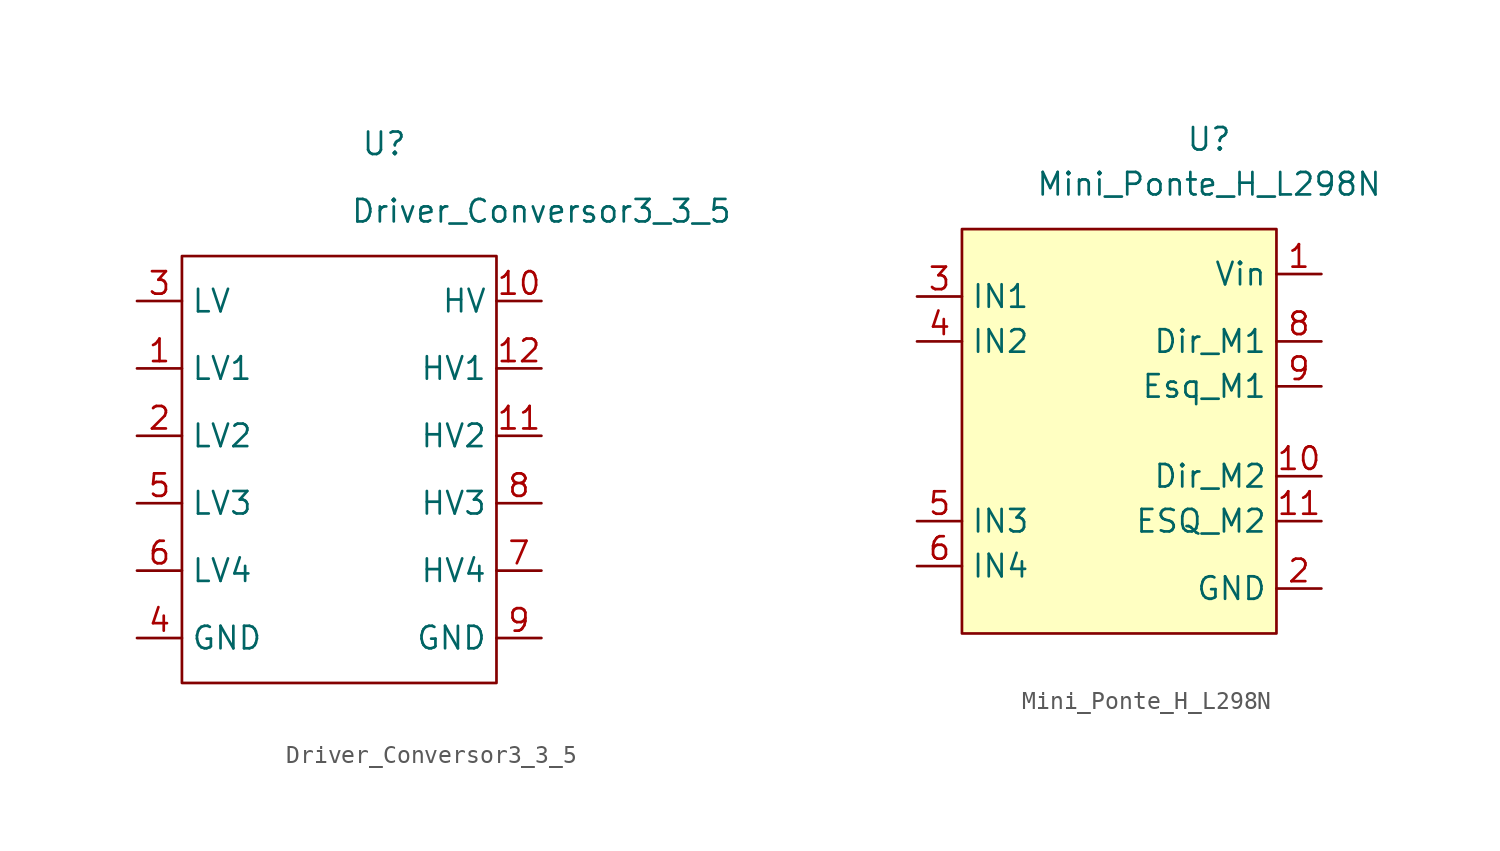
<source format=kicad_sym>
(kicad_symbol_lib
  (version 20211014)
  (generator kicad_symbol_editor)
  (symbol "Driver_Conversor3_3_5"
    (property "Reference" "U"
      (at 17.78 0 0)
      (effects (font (size 1.27 1.27))))
    (property "Value" "Driver_Conversor3_3_5"
      (at 26.67 -3.81 0)
      (effects (font (size 1.27 1.27))))
    (symbol "Driver_Conversor3_3_5_0_0"
      (rectangle (start 6.35 -6.35) (end 24.13 -30.48) (stroke (width 0) (type default) (color 0 0 0 0)) (fill (type none))))
    (symbol "Driver_Conversor3_3_5_1_1"
      (pin bidirectional line (at 3.81 -12.7 0) (length 2.54) (name "LV1" (effects (font (size 1.27 1.27)))) (number "1" (effects (font (size 1.27 1.27)))))
      (pin power_in line (at 26.67 -8.89 180) (length 2.54) (name "HV" (effects (font (size 1.27 1.27)))) (number "10" (effects (font (size 1.27 1.27)))))
      (pin input line (at 26.67 -16.51 180) (length 2.54) (name "HV2" (effects (font (size 1.27 1.27)))) (number "11" (effects (font (size 1.27 1.27)))))
      (pin bidirectional line (at 26.67 -12.7 180) (length 2.54) (name "HV1" (effects (font (size 1.27 1.27)))) (number "12" (effects (font (size 1.27 1.27)))))
      (pin output line (at 3.81 -16.51 0) (length 2.54) (name "LV2" (effects (font (size 1.27 1.27)))) (number "2" (effects (font (size 1.27 1.27)))))
      (pin power_in line (at 3.81 -8.89 0) (length 2.54) (name "LV" (effects (font (size 1.27 1.27)))) (number "3" (effects (font (size 1.27 1.27)))))
      (pin power_in line (at 3.81 -27.94 0) (length 2.54) (name "GND" (effects (font (size 1.27 1.27)))) (number "4" (effects (font (size 1.27 1.27)))))
      (pin output line (at 3.81 -20.32 0) (length 2.54) (name "LV3" (effects (font (size 1.27 1.27)))) (number "5" (effects (font (size 1.27 1.27)))))
      (pin bidirectional line (at 3.81 -24.13 0) (length 2.54) (name "LV4" (effects (font (size 1.27 1.27)))) (number "6" (effects (font (size 1.27 1.27)))))
      (pin bidirectional line (at 26.67 -24.13 180) (length 2.54) (name "HV4" (effects (font (size 1.27 1.27)))) (number "7" (effects (font (size 1.27 1.27)))))
      (pin input line (at 26.67 -20.32 180) (length 2.54) (name "HV3" (effects (font (size 1.27 1.27)))) (number "8" (effects (font (size 1.27 1.27)))))
      (pin power_in line (at 26.67 -27.94 180) (length 2.54) (name "GND" (effects (font (size 1.27 1.27)))) (number "9" (effects (font (size 1.27 1.27)))))))
  (symbol "Mini_Ponte_H_L298N"
    (property "Reference" "U"
      (at 0 0 0)
      (effects (font (size 1.27 1.27))))
    (property "Value" "Mini_Ponte_H_L298N"
      (at 0 -2.54 0)
      (effects (font (size 1.27 1.27))))
    (symbol "Mini_Ponte_H_L298N_0_1"
      (rectangle (start -13.97 -5.08) (end 3.81 -27.94) (stroke (width 0) (type default) (color 0 0 0 0)) (fill (type background))))
    (symbol "Mini_Ponte_H_L298N_1_1"
      (pin power_in line (at 6.35 -7.62 180) (length 2.54) (name "Vin" (effects (font (size 1.27 1.27)))) (number "1" (effects (font (size 1.27 1.27)))))
      (pin output line (at 6.35 -19.05 180) (length 2.54) (name "Dir_M2" (effects (font (size 1.27 1.27)))) (number "10" (effects (font (size 1.27 1.27)))))
      (pin output line (at 6.35 -21.59 180) (length 2.54) (name "ESQ_M2" (effects (font (size 1.27 1.27)))) (number "11" (effects (font (size 1.27 1.27)))))
      (pin power_in line (at 6.35 -25.4 180) (length 2.54) (name "GND" (effects (font (size 1.27 1.27)))) (number "2" (effects (font (size 1.27 1.27)))))
      (pin input line (at -16.51 -8.89 0) (length 2.54) (name "IN1" (effects (font (size 1.27 1.27)))) (number "3" (effects (font (size 1.27 1.27)))))
      (pin input line (at -16.51 -11.43 0) (length 2.54) (name "IN2" (effects (font (size 1.27 1.27)))) (number "4" (effects (font (size 1.27 1.27)))))
      (pin input line (at -16.51 -21.59 0) (length 2.54) (name "IN3" (effects (font (size 1.27 1.27)))) (number "5" (effects (font (size 1.27 1.27)))))
      (pin input line (at -16.51 -24.13 0) (length 2.54) (name "IN4" (effects (font (size 1.27 1.27)))) (number "6" (effects (font (size 1.27 1.27)))))
      (pin output line (at 6.35 -11.43 180) (length 2.54) (name "Dir_M1" (effects (font (size 1.27 1.27)))) (number "8" (effects (font (size 1.27 1.27)))))
      (pin output line (at 6.35 -13.97 180) (length 2.54) (name "Esq_M1" (effects (font (size 1.27 1.27)))) (number "9" (effects (font (size 1.27 1.27))))))))
</source>
